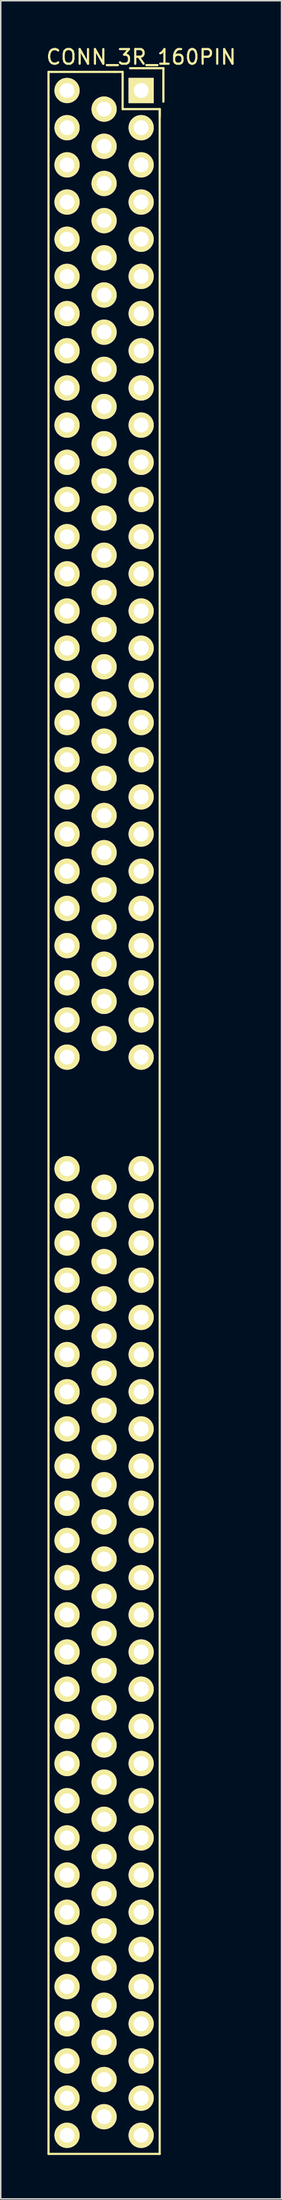
<source format=kicad_pcb>
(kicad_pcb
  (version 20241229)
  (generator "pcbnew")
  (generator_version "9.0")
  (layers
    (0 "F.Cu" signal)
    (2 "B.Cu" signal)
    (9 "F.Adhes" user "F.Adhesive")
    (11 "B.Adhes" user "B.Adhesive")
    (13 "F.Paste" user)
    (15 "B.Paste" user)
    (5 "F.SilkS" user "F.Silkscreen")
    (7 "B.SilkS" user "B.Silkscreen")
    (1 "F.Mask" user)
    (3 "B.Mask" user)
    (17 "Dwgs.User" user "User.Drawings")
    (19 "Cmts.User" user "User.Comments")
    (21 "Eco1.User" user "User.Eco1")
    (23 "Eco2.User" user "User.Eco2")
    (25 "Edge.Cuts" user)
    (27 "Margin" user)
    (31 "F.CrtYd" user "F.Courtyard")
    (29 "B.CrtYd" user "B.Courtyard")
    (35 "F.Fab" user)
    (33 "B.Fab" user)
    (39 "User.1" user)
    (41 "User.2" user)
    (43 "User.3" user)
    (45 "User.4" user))
  (footprint "CONN_3R_160PIN"
    (layer "F.Cu")
    (at 6.625 3.134)
    (property "Reference" "CONN_3R_160PIN" (at 0 -2.286 0) (layer "F.SilkS") (effects (font (size 1 1) (thickness 0.15))))
    (attr through_hole)
    (fp_line (start -6.35 -1.27) (end -6.35 140.97) (stroke (width 0.15) (type solid)) (layer "F.SilkS"))
    (fp_line (start -6.35 -1.27) (end -1.778 -1.27) (stroke (width 0.15) (type solid)) (layer "F.SilkS"))
    (fp_line (start -6.35 140.97) (end 1.27 140.97) (stroke (width 0.15) (type solid)) (layer "F.SilkS"))
    (fp_line (start -1.778 -1.27) (end -1.27 -1.27) (stroke (width 0.15) (type solid)) (layer "F.SilkS"))
    (fp_line (start -1.27 1.27) (end -1.27 -1.27) (stroke (width 0.15) (type solid)) (layer "F.SilkS"))
    (fp_line (start -0.762 -1.524) (end 1.524 -1.524) (stroke (width 0.15) (type solid)) (layer "F.SilkS"))
    (fp_line (start 1.27 1.27) (end -1.27 1.27) (stroke (width 0.15) (type solid)) (layer "F.SilkS"))
    (fp_line (start 1.27 1.778) (end 1.27 1.27) (stroke (width 0.15) (type solid)) (layer "F.SilkS"))
    (fp_line (start 1.27 140.97) (end 1.27 1.27) (stroke (width 0.15) (type solid)) (layer "F.SilkS"))
    (fp_line (start 1.524 -1.524) (end 1.524 0.762) (stroke (width 0.15) (type solid)) (layer "F.SilkS"))
    (pad "1" thru_hole rect (at 0 0) (size 1.727 1.727) (drill 1.016) (layers "*.Cu" "*.Mask" "F.SilkS"))
    (pad "2" thru_hole oval (at -2.54 1.27) (size 1.727 1.727) (drill 1.016) (layers "*.Cu" "*.Mask" "F.SilkS"))
    (pad "3" thru_hole oval (at -5.08 0) (size 1.727 1.727) (drill 1.016) (layers "*.Cu" "*.Mask" "F.SilkS"))
    (pad "4" thru_hole oval (at 0 2.54) (size 1.727 1.727) (drill 1.016) (layers "*.Cu" "*.Mask" "F.SilkS"))
    (pad "5" thru_hole oval (at -2.54 3.81) (size 1.727 1.727) (drill 1.016) (layers "*.Cu" "*.Mask" "F.SilkS"))
    (pad "6" thru_hole oval (at -5.08 2.54) (size 1.727 1.727) (drill 1.016) (layers "*.Cu" "*.Mask" "F.SilkS"))
    (pad "7" thru_hole oval (at 0 5.08) (size 1.727 1.727) (drill 1.016) (layers "*.Cu" "*.Mask" "F.SilkS"))
    (pad "8" thru_hole oval (at -2.54 6.35) (size 1.727 1.727) (drill 1.016) (layers "*.Cu" "*.Mask" "F.SilkS"))
    (pad "9" thru_hole oval (at -5.08 5.08) (size 1.727 1.727) (drill 1.016) (layers "*.Cu" "*.Mask" "F.SilkS"))
    (pad "10" thru_hole oval (at 0 7.62) (size 1.727 1.727) (drill 1.016) (layers "*.Cu" "*.Mask" "F.SilkS"))
    (pad "11" thru_hole oval (at -2.54 8.89) (size 1.727 1.727) (drill 1.016) (layers "*.Cu" "*.Mask" "F.SilkS"))
    (pad "12" thru_hole oval (at -5.08 7.62) (size 1.727 1.727) (drill 1.016) (layers "*.Cu" "*.Mask" "F.SilkS"))
    (pad "13" thru_hole oval (at 0 10.16) (size 1.727 1.727) (drill 1.016) (layers "*.Cu" "*.Mask" "F.SilkS"))
    (pad "14" thru_hole oval (at -2.54 11.43) (size 1.727 1.727) (drill 1.016) (layers "*.Cu" "*.Mask" "F.SilkS"))
    (pad "15" thru_hole oval (at -5.08 10.16) (size 1.727 1.727) (drill 1.016) (layers "*.Cu" "*.Mask" "F.SilkS"))
    (pad "16" thru_hole oval (at 0 12.7) (size 1.727 1.727) (drill 1.016) (layers "*.Cu" "*.Mask" "F.SilkS"))
    (pad "17" thru_hole oval (at -2.54 13.97) (size 1.727 1.727) (drill 1.016) (layers "*.Cu" "*.Mask" "F.SilkS"))
    (pad "18" thru_hole oval (at -5.08 12.7) (size 1.727 1.727) (drill 1.016) (layers "*.Cu" "*.Mask" "F.SilkS"))
    (pad "19" thru_hole oval (at 0 15.24) (size 1.727 1.727) (drill 1.016) (layers "*.Cu" "*.Mask" "F.SilkS"))
    (pad "20" thru_hole oval (at -2.54 16.51) (size 1.727 1.727) (drill 1.016) (layers "*.Cu" "*.Mask" "F.SilkS"))
    (pad "21" thru_hole oval (at -5.08 15.24) (size 1.727 1.727) (drill 1.016) (layers "*.Cu" "*.Mask" "F.SilkS"))
    (pad "22" thru_hole oval (at 0 17.78) (size 1.727 1.727) (drill 1.016) (layers "*.Cu" "*.Mask" "F.SilkS"))
    (pad "23" thru_hole oval (at -2.54 19.05) (size 1.727 1.727) (drill 1.016) (layers "*.Cu" "*.Mask" "F.SilkS"))
    (pad "24" thru_hole oval (at -5.08 17.78) (size 1.727 1.727) (drill 1.016) (layers "*.Cu" "*.Mask" "F.SilkS"))
    (pad "25" thru_hole oval (at 0 20.32) (size 1.727 1.727) (drill 1.016) (layers "*.Cu" "*.Mask" "F.SilkS"))
    (pad "26" thru_hole oval (at -2.54 21.59) (size 1.727 1.727) (drill 1.016) (layers "*.Cu" "*.Mask" "F.SilkS"))
    (pad "27" thru_hole oval (at -5.08 20.32) (size 1.727 1.727) (drill 1.016) (layers "*.Cu" "*.Mask" "F.SilkS"))
    (pad "28" thru_hole oval (at 0 22.86) (size 1.727 1.727) (drill 1.016) (layers "*.Cu" "*.Mask" "F.SilkS"))
    (pad "29" thru_hole oval (at -2.54 24.13) (size 1.727 1.727) (drill 1.016) (layers "*.Cu" "*.Mask" "F.SilkS"))
    (pad "30" thru_hole oval (at -5.08 22.86) (size 1.727 1.727) (drill 1.016) (layers "*.Cu" "*.Mask" "F.SilkS"))
    (pad "31" thru_hole oval (at 0 25.4) (size 1.727 1.727) (drill 1.016) (layers "*.Cu" "*.Mask" "F.SilkS"))
    (pad "32" thru_hole oval (at -2.54 26.67) (size 1.727 1.727) (drill 1.016) (layers "*.Cu" "*.Mask" "F.SilkS"))
    (pad "33" thru_hole oval (at -5.08 25.4) (size 1.727 1.727) (drill 1.016) (layers "*.Cu" "*.Mask" "F.SilkS"))
    (pad "34" thru_hole oval (at 0 27.94) (size 1.727 1.727) (drill 1.016) (layers "*.Cu" "*.Mask" "F.SilkS"))
    (pad "35" thru_hole oval (at -2.54 29.21) (size 1.727 1.727) (drill 1.016) (layers "*.Cu" "*.Mask" "F.SilkS"))
    (pad "36" thru_hole oval (at -5.08 27.94) (size 1.727 1.727) (drill 1.016) (layers "*.Cu" "*.Mask" "F.SilkS"))
    (pad "37" thru_hole oval (at 0 30.48) (size 1.727 1.727) (drill 1.016) (layers "*.Cu" "*.Mask" "F.SilkS"))
    (pad "38" thru_hole oval (at -2.54 31.75) (size 1.727 1.727) (drill 1.016) (layers "*.Cu" "*.Mask" "F.SilkS"))
    (pad "39" thru_hole oval (at -5.08 30.48) (size 1.727 1.727) (drill 1.016) (layers "*.Cu" "*.Mask" "F.SilkS"))
    (pad "40" thru_hole oval (at 0 33.02) (size 1.727 1.727) (drill 1.016) (layers "*.Cu" "*.Mask" "F.SilkS"))
    (pad "41" thru_hole oval (at -2.54 34.29) (size 1.727 1.727) (drill 1.016) (layers "*.Cu" "*.Mask" "F.SilkS"))
    (pad "42" thru_hole oval (at -5.08 33.02) (size 1.727 1.727) (drill 1.016) (layers "*.Cu" "*.Mask" "F.SilkS"))
    (pad "43" thru_hole oval (at 0 35.56) (size 1.727 1.727) (drill 1.016) (layers "*.Cu" "*.Mask" "F.SilkS"))
    (pad "44" thru_hole oval (at -2.54 36.83) (size 1.727 1.727) (drill 1.016) (layers "*.Cu" "*.Mask" "F.SilkS"))
    (pad "45" thru_hole oval (at -5.08 35.56) (size 1.727 1.727) (drill 1.016) (layers "*.Cu" "*.Mask" "F.SilkS"))
    (pad "46" thru_hole oval (at 0 38.1) (size 1.727 1.727) (drill 1.016) (layers "*.Cu" "*.Mask" "F.SilkS"))
    (pad "47" thru_hole oval (at -2.54 39.37) (size 1.727 1.727) (drill 1.016) (layers "*.Cu" "*.Mask" "F.SilkS"))
    (pad "48" thru_hole oval (at -5.08 38.1) (size 1.727 1.727) (drill 1.016) (layers "*.Cu" "*.Mask" "F.SilkS"))
    (pad "49" thru_hole oval (at 0 40.64) (size 1.727 1.727) (drill 1.016) (layers "*.Cu" "*.Mask" "F.SilkS"))
    (pad "50" thru_hole oval (at -2.54 41.91) (size 1.727 1.727) (drill 1.016) (layers "*.Cu" "*.Mask" "F.SilkS"))
    (pad "51" thru_hole oval (at -5.08 40.64) (size 1.727 1.727) (drill 1.016) (layers "*.Cu" "*.Mask" "F.SilkS"))
    (pad "52" thru_hole oval (at 0 43.18) (size 1.727 1.727) (drill 1.016) (layers "*.Cu" "*.Mask" "F.SilkS"))
    (pad "53" thru_hole oval (at -2.54 44.45) (size 1.727 1.727) (drill 1.016) (layers "*.Cu" "*.Mask" "F.SilkS"))
    (pad "54" thru_hole oval (at -5.08 43.18) (size 1.727 1.727) (drill 1.016) (layers "*.Cu" "*.Mask" "F.SilkS"))
    (pad "55" thru_hole oval (at 0 45.72) (size 1.727 1.727) (drill 1.016) (layers "*.Cu" "*.Mask" "F.SilkS"))
    (pad "56" thru_hole oval (at -2.54 46.99) (size 1.727 1.727) (drill 1.016) (layers "*.Cu" "*.Mask" "F.SilkS"))
    (pad "57" thru_hole oval (at -5.08 45.72) (size 1.727 1.727) (drill 1.016) (layers "*.Cu" "*.Mask" "F.SilkS"))
    (pad "58" thru_hole oval (at 0 48.26) (size 1.727 1.727) (drill 1.016) (layers "*.Cu" "*.Mask" "F.SilkS"))
    (pad "59" thru_hole oval (at -2.54 49.53) (size 1.727 1.727) (drill 1.016) (layers "*.Cu" "*.Mask" "F.SilkS"))
    (pad "60" thru_hole oval (at -5.08 48.26) (size 1.727 1.727) (drill 1.016) (layers "*.Cu" "*.Mask" "F.SilkS"))
    (pad "61" thru_hole oval (at 0 50.8) (size 1.727 1.727) (drill 1.016) (layers "*.Cu" "*.Mask" "F.SilkS"))
    (pad "62" thru_hole oval (at -2.54 52.07) (size 1.727 1.727) (drill 1.016) (layers "*.Cu" "*.Mask" "F.SilkS"))
    (pad "63" thru_hole oval (at -5.08 50.8) (size 1.727 1.727) (drill 1.016) (layers "*.Cu" "*.Mask" "F.SilkS"))
    (pad "64" thru_hole oval (at 0 53.34) (size 1.727 1.727) (drill 1.016) (layers "*.Cu" "*.Mask" "F.SilkS"))
    (pad "65" thru_hole oval (at -2.54 54.61) (size 1.727 1.727) (drill 1.016) (layers "*.Cu" "*.Mask" "F.SilkS"))
    (pad "66" thru_hole oval (at -5.08 53.34) (size 1.727 1.727) (drill 1.016) (layers "*.Cu" "*.Mask" "F.SilkS"))
    (pad "67" thru_hole oval (at 0 55.88) (size 1.727 1.727) (drill 1.016) (layers "*.Cu" "*.Mask" "F.SilkS"))
    (pad "68" thru_hole oval (at -2.54 57.15) (size 1.727 1.727) (drill 1.016) (layers "*.Cu" "*.Mask" "F.SilkS"))
    (pad "69" thru_hole oval (at -5.08 55.88) (size 1.727 1.727) (drill 1.016) (layers "*.Cu" "*.Mask" "F.SilkS"))
    (pad "70" thru_hole oval (at 0 58.42) (size 1.727 1.727) (drill 1.016) (layers "*.Cu" "*.Mask" "F.SilkS"))
    (pad "71" thru_hole oval (at -2.54 59.69) (size 1.727 1.727) (drill 1.016) (layers "*.Cu" "*.Mask" "F.SilkS"))
    (pad "72" thru_hole oval (at -5.08 58.42) (size 1.727 1.727) (drill 1.016) (layers "*.Cu" "*.Mask" "F.SilkS"))
    (pad "73" thru_hole oval (at 0 60.96) (size 1.727 1.727) (drill 1.016) (layers "*.Cu" "*.Mask" "F.SilkS"))
    (pad "74" thru_hole oval (at -2.54 62.23) (size 1.727 1.727) (drill 1.016) (layers "*.Cu" "*.Mask" "F.SilkS"))
    (pad "75" thru_hole oval (at -5.08 60.96) (size 1.727 1.727) (drill 1.016) (layers "*.Cu" "*.Mask" "F.SilkS"))
    (pad "76" thru_hole oval (at 0 63.5) (size 1.727 1.727) (drill 1.016) (layers "*.Cu" "*.Mask" "F.SilkS"))
    (pad "77" thru_hole oval (at -2.54 64.77) (size 1.727 1.727) (drill 1.016) (layers "*.Cu" "*.Mask" "F.SilkS"))
    (pad "78" thru_hole oval (at -5.08 63.5) (size 1.727 1.727) (drill 1.016) (layers "*.Cu" "*.Mask" "F.SilkS"))
    (pad "79" thru_hole oval (at 0 66.04) (size 1.727 1.727) (drill 1.016) (layers "*.Cu" "*.Mask" "F.SilkS"))
    (pad "80" thru_hole oval (at -5.08 66.04) (size 1.727 1.727) (drill 1.016) (layers "*.Cu" "*.Mask" "F.SilkS"))
    (pad "81" thru_hole circle (at 0 73.66) (size 1.727 1.727) (drill 1.016) (layers "*.Cu" "*.Mask" "F.SilkS"))
    (pad "82" thru_hole circle (at -2.54 74.93) (size 1.727 1.727) (drill 1.016) (layers "*.Cu" "*.Mask" "F.SilkS"))
    (pad "83" thru_hole circle (at -5.08 73.66) (size 1.727 1.727) (drill 1.016) (layers "*.Cu" "*.Mask" "F.SilkS"))
    (pad "84" thru_hole circle (at 0 76.2) (size 1.727 1.727) (drill 1.016) (layers "*.Cu" "*.Mask" "F.SilkS"))
    (pad "85" thru_hole circle (at -2.54 77.47) (size 1.727 1.727) (drill 1.016) (layers "*.Cu" "*.Mask" "F.SilkS"))
    (pad "86" thru_hole circle (at -5.08 76.2) (size 1.727 1.727) (drill 1.016) (layers "*.Cu" "*.Mask" "F.SilkS"))
    (pad "87" thru_hole circle (at 0 78.74) (size 1.727 1.727) (drill 1.016) (layers "*.Cu" "*.Mask" "F.SilkS"))
    (pad "88" thru_hole circle (at -2.54 80.01) (size 1.727 1.727) (drill 1.016) (layers "*.Cu" "*.Mask" "F.SilkS"))
    (pad "89" thru_hole circle (at -5.08 78.74) (size 1.727 1.727) (drill 1.016) (layers "*.Cu" "*.Mask" "F.SilkS"))
    (pad "90" thru_hole circle (at 0 81.28) (size 1.727 1.727) (drill 1.016) (layers "*.Cu" "*.Mask" "F.SilkS"))
    (pad "91" thru_hole circle (at -2.54 82.55) (size 1.727 1.727) (drill 1.016) (layers "*.Cu" "*.Mask" "F.SilkS"))
    (pad "92" thru_hole circle (at -5.08 81.28) (size 1.727 1.727) (drill 1.016) (layers "*.Cu" "*.Mask" "F.SilkS"))
    (pad "93" thru_hole circle (at 0 83.82) (size 1.727 1.727) (drill 1.016) (layers "*.Cu" "*.Mask" "F.SilkS"))
    (pad "94" thru_hole circle (at -2.54 85.09) (size 1.727 1.727) (drill 1.016) (layers "*.Cu" "*.Mask" "F.SilkS"))
    (pad "95" thru_hole circle (at -5.08 83.82) (size 1.727 1.727) (drill 1.016) (layers "*.Cu" "*.Mask" "F.SilkS"))
    (pad "96" thru_hole circle (at 0 86.36) (size 1.727 1.727) (drill 1.016) (layers "*.Cu" "*.Mask" "F.SilkS"))
    (pad "97" thru_hole circle (at -2.54 87.63) (size 1.727 1.727) (drill 1.016) (layers "*.Cu" "*.Mask" "F.SilkS"))
    (pad "98" thru_hole circle (at -5.08 86.36) (size 1.727 1.727) (drill 1.016) (layers "*.Cu" "*.Mask" "F.SilkS"))
    (pad "99" thru_hole circle (at 0 88.9) (size 1.727 1.727) (drill 1.016) (layers "*.Cu" "*.Mask" "F.SilkS"))
    (pad "100" thru_hole circle (at -2.54 90.17) (size 1.727 1.727) (drill 1.016) (layers "*.Cu" "*.Mask" "F.SilkS"))
    (pad "101" thru_hole circle (at -5.08 88.9) (size 1.727 1.727) (drill 1.016) (layers "*.Cu" "*.Mask" "F.SilkS"))
    (pad "102" thru_hole circle (at 0 91.44) (size 1.727 1.727) (drill 1.016) (layers "*.Cu" "*.Mask" "F.SilkS"))
    (pad "103" thru_hole circle (at -2.54 92.71) (size 1.727 1.727) (drill 1.016) (layers "*.Cu" "*.Mask" "F.SilkS"))
    (pad "104" thru_hole circle (at -5.08 91.44) (size 1.727 1.727) (drill 1.016) (layers "*.Cu" "*.Mask" "F.SilkS"))
    (pad "105" thru_hole circle (at 0 93.98) (size 1.727 1.727) (drill 1.016) (layers "*.Cu" "*.Mask" "F.SilkS"))
    (pad "106" thru_hole circle (at -2.54 95.25) (size 1.727 1.727) (drill 1.016) (layers "*.Cu" "*.Mask" "F.SilkS"))
    (pad "107" thru_hole circle (at -5.08 93.98) (size 1.727 1.727) (drill 1.016) (layers "*.Cu" "*.Mask" "F.SilkS"))
    (pad "108" thru_hole circle (at 0 96.52) (size 1.727 1.727) (drill 1.016) (layers "*.Cu" "*.Mask" "F.SilkS"))
    (pad "109" thru_hole circle (at -2.54 97.79) (size 1.727 1.727) (drill 1.016) (layers "*.Cu" "*.Mask" "F.SilkS"))
    (pad "110" thru_hole circle (at -5.08 96.52) (size 1.727 1.727) (drill 1.016) (layers "*.Cu" "*.Mask" "F.SilkS"))
    (pad "111" thru_hole circle (at 0 99.06) (size 1.727 1.727) (drill 1.016) (layers "*.Cu" "*.Mask" "F.SilkS"))
    (pad "112" thru_hole circle (at -2.54 100.33) (size 1.727 1.727) (drill 1.016) (layers "*.Cu" "*.Mask" "F.SilkS"))
    (pad "113" thru_hole circle (at -5.08 99.06) (size 1.727 1.727) (drill 1.016) (layers "*.Cu" "*.Mask" "F.SilkS"))
    (pad "114" thru_hole circle (at 0 101.6) (size 1.727 1.727) (drill 1.016) (layers "*.Cu" "*.Mask" "F.SilkS"))
    (pad "115" thru_hole circle (at -2.54 102.87) (size 1.727 1.727) (drill 1.016) (layers "*.Cu" "*.Mask" "F.SilkS"))
    (pad "116" thru_hole circle (at -5.08 101.6) (size 1.727 1.727) (drill 1.016) (layers "*.Cu" "*.Mask" "F.SilkS"))
    (pad "117" thru_hole circle (at 0 104.14) (size 1.727 1.727) (drill 1.016) (layers "*.Cu" "*.Mask" "F.SilkS"))
    (pad "118" thru_hole circle (at -2.54 105.41) (size 1.727 1.727) (drill 1.016) (layers "*.Cu" "*.Mask" "F.SilkS"))
    (pad "119" thru_hole circle (at -5.08 104.14) (size 1.727 1.727) (drill 1.016) (layers "*.Cu" "*.Mask" "F.SilkS"))
    (pad "120" thru_hole circle (at 0 106.68) (size 1.727 1.727) (drill 1.016) (layers "*.Cu" "*.Mask" "F.SilkS"))
    (pad "121" thru_hole circle (at -2.54 107.95) (size 1.727 1.727) (drill 1.016) (layers "*.Cu" "*.Mask" "F.SilkS"))
    (pad "122" thru_hole circle (at -5.08 106.68) (size 1.727 1.727) (drill 1.016) (layers "*.Cu" "*.Mask" "F.SilkS"))
    (pad "123" thru_hole circle (at 0 109.22) (size 1.727 1.727) (drill 1.016) (layers "*.Cu" "*.Mask" "F.SilkS"))
    (pad "124" thru_hole circle (at -2.54 110.49) (size 1.727 1.727) (drill 1.016) (layers "*.Cu" "*.Mask" "F.SilkS"))
    (pad "125" thru_hole circle (at -5.08 109.22) (size 1.727 1.727) (drill 1.016) (layers "*.Cu" "*.Mask" "F.SilkS"))
    (pad "126" thru_hole circle (at 0 111.76) (size 1.727 1.727) (drill 1.016) (layers "*.Cu" "*.Mask" "F.SilkS"))
    (pad "127" thru_hole circle (at -2.54 113.03) (size 1.727 1.727) (drill 1.016) (layers "*.Cu" "*.Mask" "F.SilkS"))
    (pad "128" thru_hole circle (at -5.08 111.76) (size 1.727 1.727) (drill 1.016) (layers "*.Cu" "*.Mask" "F.SilkS"))
    (pad "129" thru_hole circle (at 0 114.3) (size 1.727 1.727) (drill 1.016) (layers "*.Cu" "*.Mask" "F.SilkS"))
    (pad "130" thru_hole circle (at -2.54 115.57) (size 1.727 1.727) (drill 1.016) (layers "*.Cu" "*.Mask" "F.SilkS"))
    (pad "131" thru_hole circle (at -5.08 114.3) (size 1.727 1.727) (drill 1.016) (layers "*.Cu" "*.Mask" "F.SilkS"))
    (pad "132" thru_hole circle (at 0 116.84) (size 1.727 1.727) (drill 1.016) (layers "*.Cu" "*.Mask" "F.SilkS"))
    (pad "133" thru_hole circle (at -2.54 118.11) (size 1.727 1.727) (drill 1.016) (layers "*.Cu" "*.Mask" "F.SilkS"))
    (pad "134" thru_hole circle (at -5.08 116.84) (size 1.727 1.727) (drill 1.016) (layers "*.Cu" "*.Mask" "F.SilkS"))
    (pad "135" thru_hole circle (at 0 119.38) (size 1.727 1.727) (drill 1.016) (layers "*.Cu" "*.Mask" "F.SilkS"))
    (pad "136" thru_hole circle (at -2.54 120.65) (size 1.727 1.727) (drill 1.016) (layers "*.Cu" "*.Mask" "F.SilkS"))
    (pad "137" thru_hole circle (at -5.08 119.38) (size 1.727 1.727) (drill 1.016) (layers "*.Cu" "*.Mask" "F.SilkS"))
    (pad "138" thru_hole circle (at 0 121.92) (size 1.727 1.727) (drill 1.016) (layers "*.Cu" "*.Mask" "F.SilkS"))
    (pad "139" thru_hole circle (at -2.54 123.19) (size 1.727 1.727) (drill 1.016) (layers "*.Cu" "*.Mask" "F.SilkS"))
    (pad "140" thru_hole circle (at -5.08 121.92) (size 1.727 1.727) (drill 1.016) (layers "*.Cu" "*.Mask" "F.SilkS"))
    (pad "141" thru_hole circle (at 0 124.46) (size 1.727 1.727) (drill 1.016) (layers "*.Cu" "*.Mask" "F.SilkS"))
    (pad "142" thru_hole circle (at -2.54 125.73) (size 1.727 1.727) (drill 1.016) (layers "*.Cu" "*.Mask" "F.SilkS"))
    (pad "143" thru_hole circle (at -5.08 124.46) (size 1.727 1.727) (drill 1.016) (layers "*.Cu" "*.Mask" "F.SilkS"))
    (pad "144" thru_hole circle (at 0 127) (size 1.727 1.727) (drill 1.016) (layers "*.Cu" "*.Mask" "F.SilkS"))
    (pad "145" thru_hole circle (at -2.54 128.27) (size 1.727 1.727) (drill 1.016) (layers "*.Cu" "*.Mask" "F.SilkS"))
    (pad "146" thru_hole circle (at -5.08 127) (size 1.727 1.727) (drill 1.016) (layers "*.Cu" "*.Mask" "F.SilkS"))
    (pad "147" thru_hole circle (at 0 129.54) (size 1.727 1.727) (drill 1.016) (layers "*.Cu" "*.Mask" "F.SilkS"))
    (pad "148" thru_hole circle (at -2.54 130.81) (size 1.727 1.727) (drill 1.016) (layers "*.Cu" "*.Mask" "F.SilkS"))
    (pad "149" thru_hole circle (at -5.08 129.54) (size 1.727 1.727) (drill 1.016) (layers "*.Cu" "*.Mask" "F.SilkS"))
    (pad "150" thru_hole circle (at 0 132.08) (size 1.727 1.727) (drill 1.016) (layers "*.Cu" "*.Mask" "F.SilkS"))
    (pad "151" thru_hole circle (at -2.54 133.35) (size 1.727 1.727) (drill 1.016) (layers "*.Cu" "*.Mask" "F.SilkS"))
    (pad "152" thru_hole circle (at -5.08 132.08) (size 1.727 1.727) (drill 1.016) (layers "*.Cu" "*.Mask" "F.SilkS"))
    (pad "153" thru_hole circle (at 0 134.62) (size 1.727 1.727) (drill 1.016) (layers "*.Cu" "*.Mask" "F.SilkS"))
    (pad "154" thru_hole circle (at -2.54 135.89) (size 1.727 1.727) (drill 1.016) (layers "*.Cu" "*.Mask" "F.SilkS"))
    (pad "155" thru_hole circle (at -5.08 134.62) (size 1.727 1.727) (drill 1.016) (layers "*.Cu" "*.Mask" "F.SilkS"))
    (pad "156" thru_hole circle (at 0 137.16) (size 1.727 1.727) (drill 1.016) (layers "*.Cu" "*.Mask" "F.SilkS"))
    (pad "157" thru_hole circle (at -2.54 138.43) (size 1.727 1.727) (drill 1.016) (layers "*.Cu" "*.Mask" "F.SilkS"))
    (pad "158" thru_hole circle (at -5.08 137.16) (size 1.727 1.727) (drill 1.016) (layers "*.Cu" "*.Mask" "F.SilkS"))
    (pad "159" thru_hole circle (at 0 139.7) (size 1.727 1.727) (drill 1.016) (layers "*.Cu" "*.Mask" "F.SilkS"))
    (pad "160" thru_hole circle (at -5.08 139.7) (size 1.727 1.727) (drill 1.016) (layers "*.Cu" "*.Mask" "F.SilkS")))
  (gr_rect
    (start -3 -3)
    (end 16.25 147.179)
    (stroke (width 0.1) (type default))
    (fill no)
    (layer "Edge.Cuts")))
</source>
